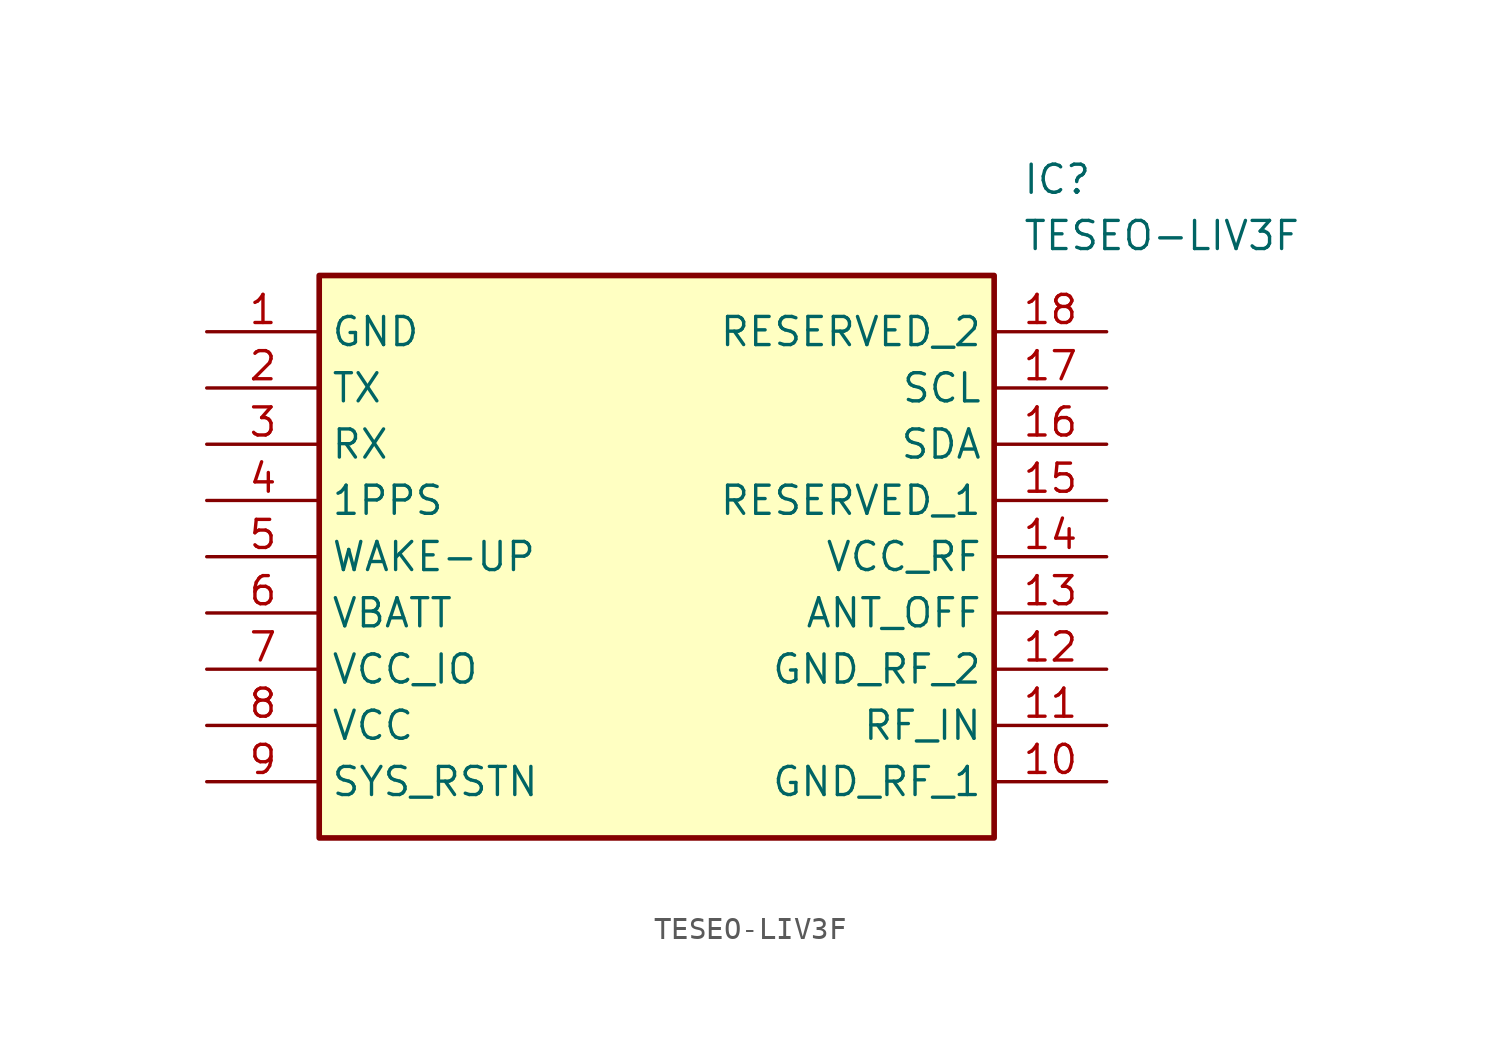
<source format=kicad_sym>
(kicad_symbol_lib
  (version 20211014)
  (generator SamacSys_ECAD_Model)
  (symbol "TESEO-LIV3F"
    (property "Reference" "IC"
      (at 36.83 7.62 0)
      (effects (font (size 1.27 1.27)) (justify left top)))
    (property "Value" "TESEO-LIV3F"
      (at 36.83 5.08 0)
      (effects (font (size 1.27 1.27)) (justify left top)))
    (rectangle
      (start 5.08 2.54)
      (end 35.56 -22.86)
      (stroke (width 0.254) (type default))
      (fill (type background)))
    (pin passive line
      (at 0 0 0)
      (length 5.08)
      (name "GND" (effects (font (size 1.27 1.27))))
      (number "1" (effects (font (size 1.27 1.27)))))
    (pin passive line
      (at 0 -2.54 0)
      (length 5.08)
      (name "TX" (effects (font (size 1.27 1.27))))
      (number "2" (effects (font (size 1.27 1.27)))))
    (pin passive line
      (at 0 -5.08 0)
      (length 5.08)
      (name "RX" (effects (font (size 1.27 1.27))))
      (number "3" (effects (font (size 1.27 1.27)))))
    (pin passive line
      (at 0 -7.62 0)
      (length 5.08)
      (name "1PPS" (effects (font (size 1.27 1.27))))
      (number "4" (effects (font (size 1.27 1.27)))))
    (pin passive line
      (at 0 -10.16 0)
      (length 5.08)
      (name "WAKE-UP" (effects (font (size 1.27 1.27))))
      (number "5" (effects (font (size 1.27 1.27)))))
    (pin passive line
      (at 0 -12.7 0)
      (length 5.08)
      (name "VBATT" (effects (font (size 1.27 1.27))))
      (number "6" (effects (font (size 1.27 1.27)))))
    (pin passive line
      (at 0 -15.24 0)
      (length 5.08)
      (name "VCC_IO" (effects (font (size 1.27 1.27))))
      (number "7" (effects (font (size 1.27 1.27)))))
    (pin passive line
      (at 0 -17.78 0)
      (length 5.08)
      (name "VCC" (effects (font (size 1.27 1.27))))
      (number "8" (effects (font (size 1.27 1.27)))))
    (pin passive line
      (at 0 -20.32 0)
      (length 5.08)
      (name "SYS_RSTN" (effects (font (size 1.27 1.27))))
      (number "9" (effects (font (size 1.27 1.27)))))
    (pin passive line
      (at 40.64 0 180)
      (length 5.08)
      (name "RESERVED_2" (effects (font (size 1.27 1.27))))
      (number "18" (effects (font (size 1.27 1.27)))))
    (pin passive line
      (at 40.64 -2.54 180)
      (length 5.08)
      (name "SCL" (effects (font (size 1.27 1.27))))
      (number "17" (effects (font (size 1.27 1.27)))))
    (pin passive line
      (at 40.64 -5.08 180)
      (length 5.08)
      (name "SDA" (effects (font (size 1.27 1.27))))
      (number "16" (effects (font (size 1.27 1.27)))))
    (pin passive line
      (at 40.64 -7.62 180)
      (length 5.08)
      (name "RESERVED_1" (effects (font (size 1.27 1.27))))
      (number "15" (effects (font (size 1.27 1.27)))))
    (pin passive line
      (at 40.64 -10.16 180)
      (length 5.08)
      (name "VCC_RF" (effects (font (size 1.27 1.27))))
      (number "14" (effects (font (size 1.27 1.27)))))
    (pin passive line
      (at 40.64 -12.7 180)
      (length 5.08)
      (name "ANT_OFF" (effects (font (size 1.27 1.27))))
      (number "13" (effects (font (size 1.27 1.27)))))
    (pin passive line
      (at 40.64 -15.24 180)
      (length 5.08)
      (name "GND_RF_2" (effects (font (size 1.27 1.27))))
      (number "12" (effects (font (size 1.27 1.27)))))
    (pin passive line
      (at 40.64 -17.78 180)
      (length 5.08)
      (name "RF_IN" (effects (font (size 1.27 1.27))))
      (number "11" (effects (font (size 1.27 1.27)))))
    (pin passive line
      (at 40.64 -20.32 180)
      (length 5.08)
      (name "GND_RF_1" (effects (font (size 1.27 1.27))))
      (number "10" (effects (font (size 1.27 1.27)))))))
</source>
